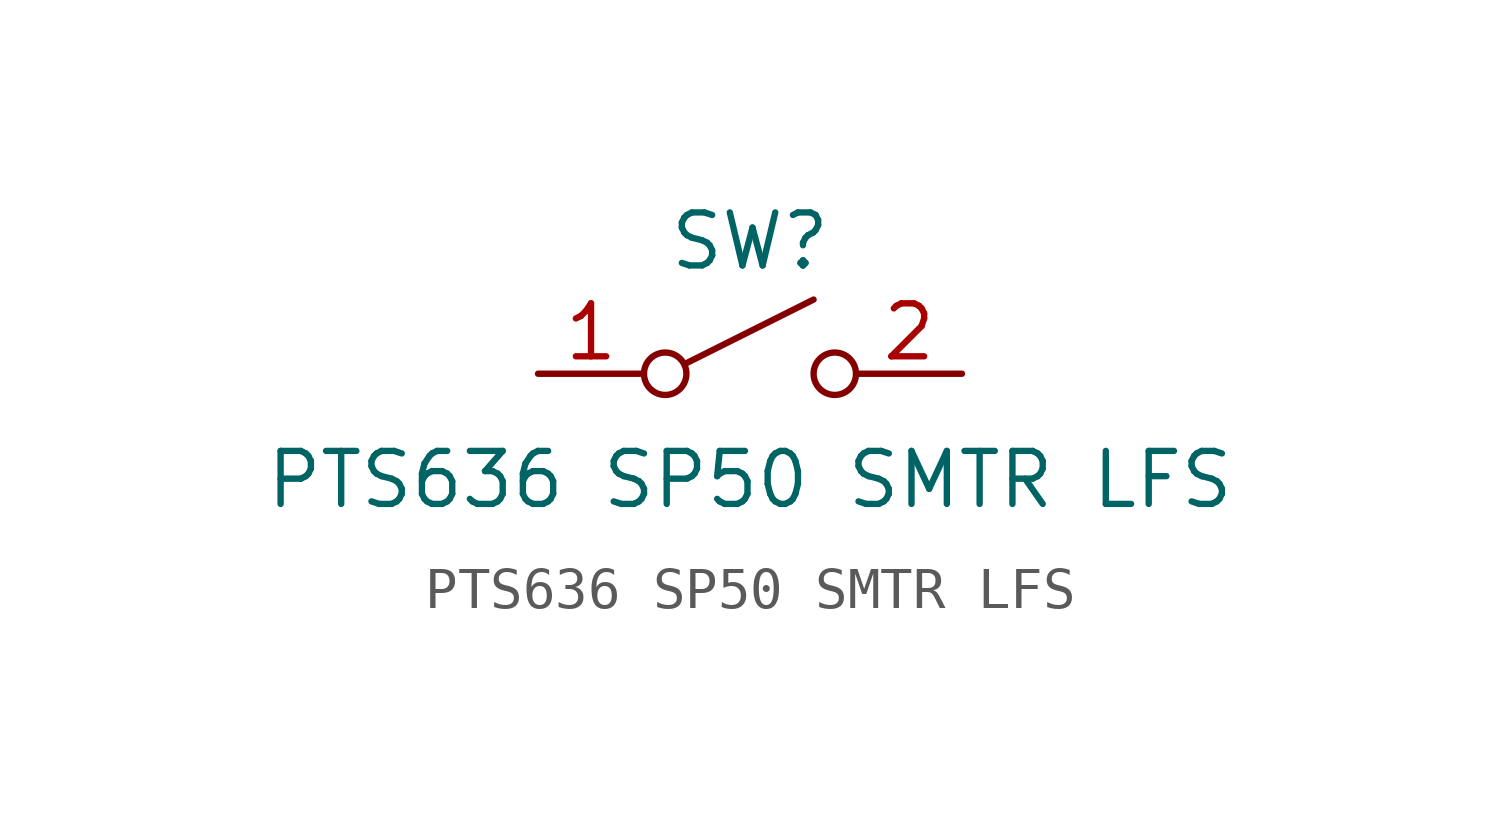
<source format=kicad_sym>
(kicad_symbol_lib
  (version 20241209)
  (generator "kicad_symbol_editor")
  (generator_version "9.0")
  (symbol "PTS636 SP50 SMTR LFS"
    (pin_names
      (offset 0)
      (hide yes))
    (property "Reference" "SW"
      (at 0 3.175 0)
      (effects (font (size 1.27 1.27))))
    (property "Value" "PTS636 SP50 SMTR LFS"
      (at 0 -2.54 0)
      (effects (font (size 1.27 1.27))))
    (symbol "PTS636 SP50 SMTR LFS_0_0"
      (circle (center -2.032 0) (radius 0.508) (stroke (width 0) (type default)) (fill (type none)))
      (polyline (pts (xy -1.524 0.254) (xy 1.524 1.778)) (stroke (width 0) (type default)) (fill (type none)))
      (circle (center 2.032 0) (radius 0.508) (stroke (width 0) (type default)) (fill (type none))))
    (symbol "PTS636 SP50 SMTR LFS_1_1"
      (pin passive line (at -5.08 0 0) (length 2.54) (name "A" (effects (font (size 1.27 1.27)))) (number "1" (effects (font (size 1.27 1.27)))))
      (pin passive line (at 5.08 0 180) (length 2.54) (name "B" (effects (font (size 1.27 1.27)))) (number "2" (effects (font (size 1.27 1.27))))))))
</source>
